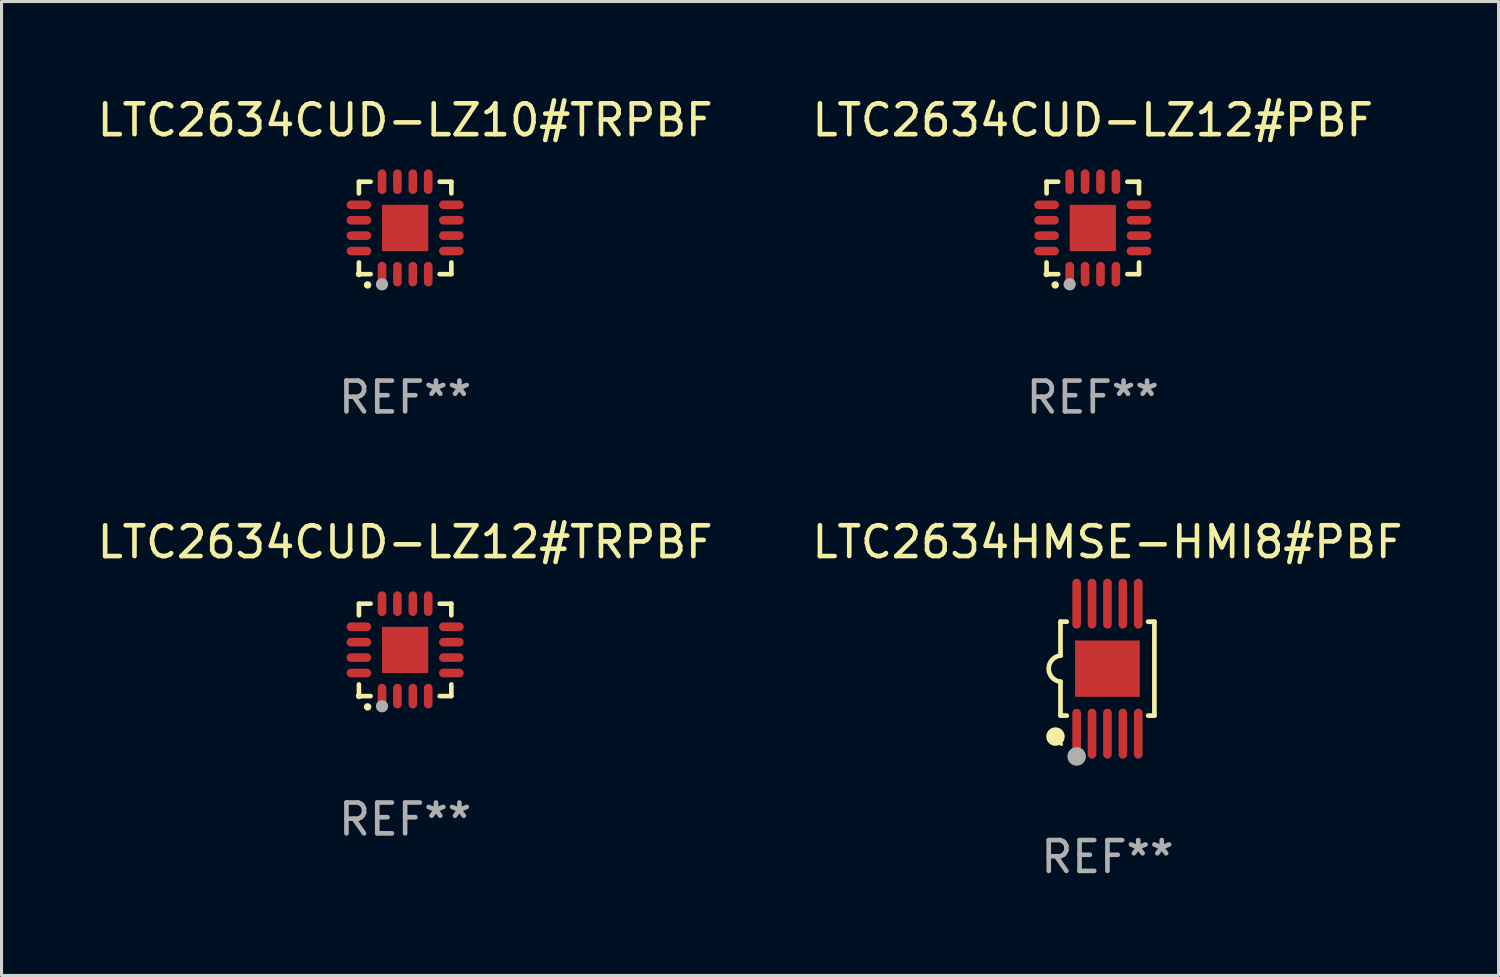
<source format=kicad_pcb>
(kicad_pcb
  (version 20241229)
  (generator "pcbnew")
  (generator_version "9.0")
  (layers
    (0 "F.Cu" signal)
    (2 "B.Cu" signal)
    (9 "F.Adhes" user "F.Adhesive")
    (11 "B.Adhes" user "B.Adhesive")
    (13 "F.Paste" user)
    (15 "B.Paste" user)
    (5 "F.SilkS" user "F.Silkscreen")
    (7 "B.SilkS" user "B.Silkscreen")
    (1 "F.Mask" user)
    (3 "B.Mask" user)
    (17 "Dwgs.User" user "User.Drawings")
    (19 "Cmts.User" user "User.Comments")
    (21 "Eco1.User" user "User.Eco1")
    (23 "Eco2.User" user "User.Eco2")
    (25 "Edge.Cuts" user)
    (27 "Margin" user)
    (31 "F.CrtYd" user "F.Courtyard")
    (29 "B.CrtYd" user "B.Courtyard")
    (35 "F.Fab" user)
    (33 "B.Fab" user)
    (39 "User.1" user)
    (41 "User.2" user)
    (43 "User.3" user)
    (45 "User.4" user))
  (footprint "LTC2634CUD-LZ12#PBF"
    (layer "F.Cu")
    (at 32.423 4.349)
    (property "Reference" "LTC2634CUD-LZ12#PBF" (at 0 -3.5 0) (layer "F.SilkS") (effects (font (size 1 1) (thickness 0.15))))
    (attr through_hole)
    (fp_line (start -1.5 -1.5) (end -1.121 -1.5) (stroke (width 0.15) (type solid)) (layer "F.SilkS"))
    (fp_line (start -1.5 -1.122) (end -1.5 -1.5) (stroke (width 0.15) (type solid)) (layer "F.SilkS"))
    (fp_line (start -1.5 1.5) (end -1.5 1.121) (stroke (width 0.15) (type solid)) (layer "F.SilkS"))
    (fp_line (start -1.121 1.5) (end -1.5 1.5) (stroke (width 0.15) (type solid)) (layer "F.SilkS"))
    (fp_line (start 1.121 -1.5) (end 1.5 -1.5) (stroke (width 0.15) (type solid)) (layer "F.SilkS"))
    (fp_line (start 1.5 -1.5) (end 1.5 -1.122) (stroke (width 0.15) (type solid)) (layer "F.SilkS"))
    (fp_line (start 1.5 1.121) (end 1.5 1.5) (stroke (width 0.15) (type solid)) (layer "F.SilkS"))
    (fp_line (start 1.5 1.5) (end 1.121 1.5) (stroke (width 0.15) (type solid)) (layer "F.SilkS"))
    (fp_arc (start -1.219926 1.850254) (mid -1.21891 1.85025) (end -1.217894 1.850254) (stroke (width 0.240005) (type solid)) (layer "F.SilkS"))
    (fp_circle (center -1.5 1.5) (end -1.45 1.5) (stroke (width 0.1) (type solid)) (fill no) (layer "F.SilkS"))
    (fp_circle (center -0.75 1.83) (end -0.65 1.83) (stroke (width 0.2) (type solid)) (fill no) (layer "F.Fab"))
    (fp_text user "REF**" (at 0 5.5 0) (layer "F.Fab") (effects (font (size 1 1) (thickness 0.15))))
    (pad "1" smd oval (at -0.75 1.5) (size 0.28 0.8) (layers "F.Cu" "F.Mask" "F.Paste"))
    (pad "2" smd oval (at -0.25 1.5) (size 0.28 0.8) (layers "F.Cu" "F.Mask" "F.Paste"))
    (pad "3" smd oval (at 0.25 1.5) (size 0.28 0.8) (layers "F.Cu" "F.Mask" "F.Paste"))
    (pad "4" smd oval (at 0.75 1.5) (size 0.28 0.8) (layers "F.Cu" "F.Mask" "F.Paste"))
    (pad "5" smd oval (at 1.5 0.75) (size 0.8 0.28) (layers "F.Cu" "F.Mask" "F.Paste"))
    (pad "6" smd oval (at 1.5 0.25) (size 0.8 0.28) (layers "F.Cu" "F.Mask" "F.Paste"))
    (pad "7" smd oval (at 1.5 -0.25) (size 0.8 0.28) (layers "F.Cu" "F.Mask" "F.Paste"))
    (pad "8" smd oval (at 1.5 -0.75) (size 0.8 0.28) (layers "F.Cu" "F.Mask" "F.Paste"))
    (pad "9" smd oval (at 0.75 -1.5) (size 0.28 0.8) (layers "F.Cu" "F.Mask" "F.Paste"))
    (pad "10" smd oval (at 0.25 -1.5) (size 0.28 0.8) (layers "F.Cu" "F.Mask" "F.Paste"))
    (pad "11" smd oval (at -0.25 -1.5) (size 0.28 0.8) (layers "F.Cu" "F.Mask" "F.Paste"))
    (pad "12" smd oval (at -0.75 -1.5) (size 0.28 0.8) (layers "F.Cu" "F.Mask" "F.Paste"))
    (pad "13" smd oval (at -1.5 -0.75) (size 0.8 0.28) (layers "F.Cu" "F.Mask" "F.Paste"))
    (pad "14" smd oval (at -1.5 -0.25) (size 0.8 0.28) (layers "F.Cu" "F.Mask" "F.Paste"))
    (pad "15" smd oval (at -1.5 0.25) (size 0.8 0.28) (layers "F.Cu" "F.Mask" "F.Paste"))
    (pad "16" smd oval (at -1.5 0.75) (size 0.8 0.28) (layers "F.Cu" "F.Mask" "F.Paste"))
    (pad "17" smd rect (at -0.000064 0.000165) (size 1.5 1.5) (layers "F.Cu" "F.Mask" "F.Paste")))
  (footprint "LTC2634CUD-LZ10#TRPBF"
    (layer "F.Cu")
    (at 10.101 4.349)
    (property "Reference" "LTC2634CUD-LZ10#TRPBF" (at 0 -3.5 0) (layer "F.SilkS") (effects (font (size 1 1) (thickness 0.15))))
    (attr through_hole)
    (fp_line (start -1.5 -1.5) (end -1.121 -1.5) (stroke (width 0.15) (type solid)) (layer "F.SilkS"))
    (fp_line (start -1.5 -1.122) (end -1.5 -1.5) (stroke (width 0.15) (type solid)) (layer "F.SilkS"))
    (fp_line (start -1.5 1.5) (end -1.5 1.121) (stroke (width 0.15) (type solid)) (layer "F.SilkS"))
    (fp_line (start -1.121 1.5) (end -1.5 1.5) (stroke (width 0.15) (type solid)) (layer "F.SilkS"))
    (fp_line (start 1.121 -1.5) (end 1.5 -1.5) (stroke (width 0.15) (type solid)) (layer "F.SilkS"))
    (fp_line (start 1.5 -1.5) (end 1.5 -1.122) (stroke (width 0.15) (type solid)) (layer "F.SilkS"))
    (fp_line (start 1.5 1.121) (end 1.5 1.5) (stroke (width 0.15) (type solid)) (layer "F.SilkS"))
    (fp_line (start 1.5 1.5) (end 1.121 1.5) (stroke (width 0.15) (type solid)) (layer "F.SilkS"))
    (fp_arc (start -1.219926 1.850254) (mid -1.21891 1.85025) (end -1.217894 1.850254) (stroke (width 0.240005) (type solid)) (layer "F.SilkS"))
    (fp_circle (center -1.5 1.5) (end -1.45 1.5) (stroke (width 0.1) (type solid)) (fill no) (layer "F.SilkS"))
    (fp_circle (center -0.75 1.83) (end -0.65 1.83) (stroke (width 0.2) (type solid)) (fill no) (layer "F.Fab"))
    (fp_text user "REF**" (at 0 5.5 0) (layer "F.Fab") (effects (font (size 1 1) (thickness 0.15))))
    (pad "1" smd oval (at -0.75 1.5) (size 0.28 0.8) (layers "F.Cu" "F.Mask" "F.Paste"))
    (pad "2" smd oval (at -0.25 1.5) (size 0.28 0.8) (layers "F.Cu" "F.Mask" "F.Paste"))
    (pad "3" smd oval (at 0.25 1.5) (size 0.28 0.8) (layers "F.Cu" "F.Mask" "F.Paste"))
    (pad "4" smd oval (at 0.75 1.5) (size 0.28 0.8) (layers "F.Cu" "F.Mask" "F.Paste"))
    (pad "5" smd oval (at 1.5 0.75) (size 0.8 0.28) (layers "F.Cu" "F.Mask" "F.Paste"))
    (pad "6" smd oval (at 1.5 0.25) (size 0.8 0.28) (layers "F.Cu" "F.Mask" "F.Paste"))
    (pad "7" smd oval (at 1.5 -0.25) (size 0.8 0.28) (layers "F.Cu" "F.Mask" "F.Paste"))
    (pad "8" smd oval (at 1.5 -0.75) (size 0.8 0.28) (layers "F.Cu" "F.Mask" "F.Paste"))
    (pad "9" smd oval (at 0.75 -1.5) (size 0.28 0.8) (layers "F.Cu" "F.Mask" "F.Paste"))
    (pad "10" smd oval (at 0.25 -1.5) (size 0.28 0.8) (layers "F.Cu" "F.Mask" "F.Paste"))
    (pad "11" smd oval (at -0.25 -1.5) (size 0.28 0.8) (layers "F.Cu" "F.Mask" "F.Paste"))
    (pad "12" smd oval (at -0.75 -1.5) (size 0.28 0.8) (layers "F.Cu" "F.Mask" "F.Paste"))
    (pad "13" smd oval (at -1.5 -0.75) (size 0.8 0.28) (layers "F.Cu" "F.Mask" "F.Paste"))
    (pad "14" smd oval (at -1.5 -0.25) (size 0.8 0.28) (layers "F.Cu" "F.Mask" "F.Paste"))
    (pad "15" smd oval (at -1.5 0.25) (size 0.8 0.28) (layers "F.Cu" "F.Mask" "F.Paste"))
    (pad "16" smd oval (at -1.5 0.75) (size 0.8 0.28) (layers "F.Cu" "F.Mask" "F.Paste"))
    (pad "17" smd rect (at -0.000064 0.000165) (size 1.5 1.5) (layers "F.Cu" "F.Mask" "F.Paste")))
  (footprint "LTC2634CUD-LZ12#TRPBF"
    (layer "F.Cu")
    (at 10.101 18.046)
    (property "Reference" "LTC2634CUD-LZ12#TRPBF" (at 0 -3.5 0) (layer "F.SilkS") (effects (font (size 1 1) (thickness 0.15))))
    (attr through_hole)
    (fp_line (start -1.5 -1.5) (end -1.121 -1.5) (stroke (width 0.15) (type solid)) (layer "F.SilkS"))
    (fp_line (start -1.5 -1.122) (end -1.5 -1.5) (stroke (width 0.15) (type solid)) (layer "F.SilkS"))
    (fp_line (start -1.5 1.5) (end -1.5 1.121) (stroke (width 0.15) (type solid)) (layer "F.SilkS"))
    (fp_line (start -1.121 1.5) (end -1.5 1.5) (stroke (width 0.15) (type solid)) (layer "F.SilkS"))
    (fp_line (start 1.121 -1.5) (end 1.5 -1.5) (stroke (width 0.15) (type solid)) (layer "F.SilkS"))
    (fp_line (start 1.5 -1.5) (end 1.5 -1.122) (stroke (width 0.15) (type solid)) (layer "F.SilkS"))
    (fp_line (start 1.5 1.121) (end 1.5 1.5) (stroke (width 0.15) (type solid)) (layer "F.SilkS"))
    (fp_line (start 1.5 1.5) (end 1.121 1.5) (stroke (width 0.15) (type solid)) (layer "F.SilkS"))
    (fp_arc (start -1.219926 1.850254) (mid -1.21891 1.85025) (end -1.217894 1.850254) (stroke (width 0.240005) (type solid)) (layer "F.SilkS"))
    (fp_circle (center -1.5 1.5) (end -1.45 1.5) (stroke (width 0.1) (type solid)) (fill no) (layer "F.SilkS"))
    (fp_circle (center -0.75 1.83) (end -0.65 1.83) (stroke (width 0.2) (type solid)) (fill no) (layer "F.Fab"))
    (fp_text user "REF**" (at 0 5.5 0) (layer "F.Fab") (effects (font (size 1 1) (thickness 0.15))))
    (pad "1" smd oval (at -0.75 1.5) (size 0.28 0.8) (layers "F.Cu" "F.Mask" "F.Paste"))
    (pad "2" smd oval (at -0.25 1.5) (size 0.28 0.8) (layers "F.Cu" "F.Mask" "F.Paste"))
    (pad "3" smd oval (at 0.25 1.5) (size 0.28 0.8) (layers "F.Cu" "F.Mask" "F.Paste"))
    (pad "4" smd oval (at 0.75 1.5) (size 0.28 0.8) (layers "F.Cu" "F.Mask" "F.Paste"))
    (pad "5" smd oval (at 1.5 0.75) (size 0.8 0.28) (layers "F.Cu" "F.Mask" "F.Paste"))
    (pad "6" smd oval (at 1.5 0.25) (size 0.8 0.28) (layers "F.Cu" "F.Mask" "F.Paste"))
    (pad "7" smd oval (at 1.5 -0.25) (size 0.8 0.28) (layers "F.Cu" "F.Mask" "F.Paste"))
    (pad "8" smd oval (at 1.5 -0.75) (size 0.8 0.28) (layers "F.Cu" "F.Mask" "F.Paste"))
    (pad "9" smd oval (at 0.75 -1.5) (size 0.28 0.8) (layers "F.Cu" "F.Mask" "F.Paste"))
    (pad "10" smd oval (at 0.25 -1.5) (size 0.28 0.8) (layers "F.Cu" "F.Mask" "F.Paste"))
    (pad "11" smd oval (at -0.25 -1.5) (size 0.28 0.8) (layers "F.Cu" "F.Mask" "F.Paste"))
    (pad "12" smd oval (at -0.75 -1.5) (size 0.28 0.8) (layers "F.Cu" "F.Mask" "F.Paste"))
    (pad "13" smd oval (at -1.5 -0.75) (size 0.8 0.28) (layers "F.Cu" "F.Mask" "F.Paste"))
    (pad "14" smd oval (at -1.5 -0.25) (size 0.8 0.28) (layers "F.Cu" "F.Mask" "F.Paste"))
    (pad "15" smd oval (at -1.5 0.25) (size 0.8 0.28) (layers "F.Cu" "F.Mask" "F.Paste"))
    (pad "16" smd oval (at -1.5 0.75) (size 0.8 0.28) (layers "F.Cu" "F.Mask" "F.Paste"))
    (pad "17" smd rect (at -0.000064 0.000165) (size 1.5 1.5) (layers "F.Cu" "F.Mask" "F.Paste")))
  (footprint "LTC2634HMSE-HMI8#PBF"
    (layer "F.Cu")
    (at 32.899 18.655)
    (property "Reference" "LTC2634HMSE-HMI8#PBF" (at 0 -4.11 0) (layer "F.SilkS") (effects (font (size 1 1) (thickness 0.15))))
    (attr through_hole)
    (fp_line (start -1.524 -1.524) (end -1.524 -0.424) (stroke (width 0.152) (type solid)) (layer "F.SilkS"))
    (fp_line (start -1.524 1.524) (end -1.524 0.424) (stroke (width 0.152) (type solid)) (layer "F.SilkS"))
    (fp_line (start -1.524 1.524) (end -1.32 1.524) (stroke (width 0.152) (type solid)) (layer "F.SilkS"))
    (fp_line (start -1.32 -1.524) (end -1.524 -1.524) (stroke (width 0.152) (type solid)) (layer "F.SilkS"))
    (fp_line (start 1.32 1.524) (end 1.524 1.524) (stroke (width 0.152) (type solid)) (layer "F.SilkS"))
    (fp_line (start 1.524 -1.524) (end 1.32 -1.524) (stroke (width 0.152) (type solid)) (layer "F.SilkS"))
    (fp_line (start 1.524 1.524) (end 1.524 -1.524) (stroke (width 0.152) (type solid)) (layer "F.SilkS"))
    (fp_arc (start -1.524003 0.424003) (mid -1.906663 -0.000089) (end -1.524004 -0.424181) (stroke (width 0.151994) (type solid)) (layer "F.SilkS"))
    (fp_circle (center -1.687 2.205) (end -1.537 2.205) (stroke (width 0.3) (type solid)) (fill no) (layer "F.SilkS"))
    (fp_circle (center -1.5 2.45) (end -1.47 2.45) (stroke (width 0.06) (type solid)) (fill no) (layer "F.SilkS"))
    (fp_circle (center -1 2.85) (end -0.85 2.85) (stroke (width 0.3) (type solid)) (fill no) (layer "F.Fab"))
    (fp_text user "REF**" (at 0 6.11 0) (layer "F.Fab") (effects (font (size 1 1) (thickness 0.15))))
    (pad "1" smd oval (at -1 2.11) (size 0.28 1.62) (layers "F.Cu" "F.Mask" "F.Paste"))
    (pad "2" smd oval (at -0.5 2.11) (size 0.28 1.62) (layers "F.Cu" "F.Mask" "F.Paste"))
    (pad "3" smd oval (at 0 2.11) (size 0.28 1.62) (layers "F.Cu" "F.Mask" "F.Paste"))
    (pad "4" smd oval (at 0.5 2.11) (size 0.28 1.62) (layers "F.Cu" "F.Mask" "F.Paste"))
    (pad "5" smd oval (at 1 2.11) (size 0.28 1.62) (layers "F.Cu" "F.Mask" "F.Paste"))
    (pad "6" smd oval (at 1 -2.11) (size 0.28 1.62) (layers "F.Cu" "F.Mask" "F.Paste"))
    (pad "7" smd oval (at 0.5 -2.11) (size 0.28 1.62) (layers "F.Cu" "F.Mask" "F.Paste"))
    (pad "8" smd oval (at 0 -2.11) (size 0.28 1.62) (layers "F.Cu" "F.Mask" "F.Paste"))
    (pad "9" smd oval (at -0.5 -2.11) (size 0.28 1.62) (layers "F.Cu" "F.Mask" "F.Paste"))
    (pad "10" smd oval (at -1 -2.11) (size 0.28 1.62) (layers "F.Cu" "F.Mask" "F.Paste"))
    (pad "11" smd rect (at 0 0) (size 2.1 1.83) (layers "F.Cu" "F.Mask" "F.Paste")))
  (gr_rect
    (start -3 -3)
    (end 45.595 28.614)
    (stroke (width 0.1) (type default))
    (fill no)
    (layer "Edge.Cuts")))
</source>
